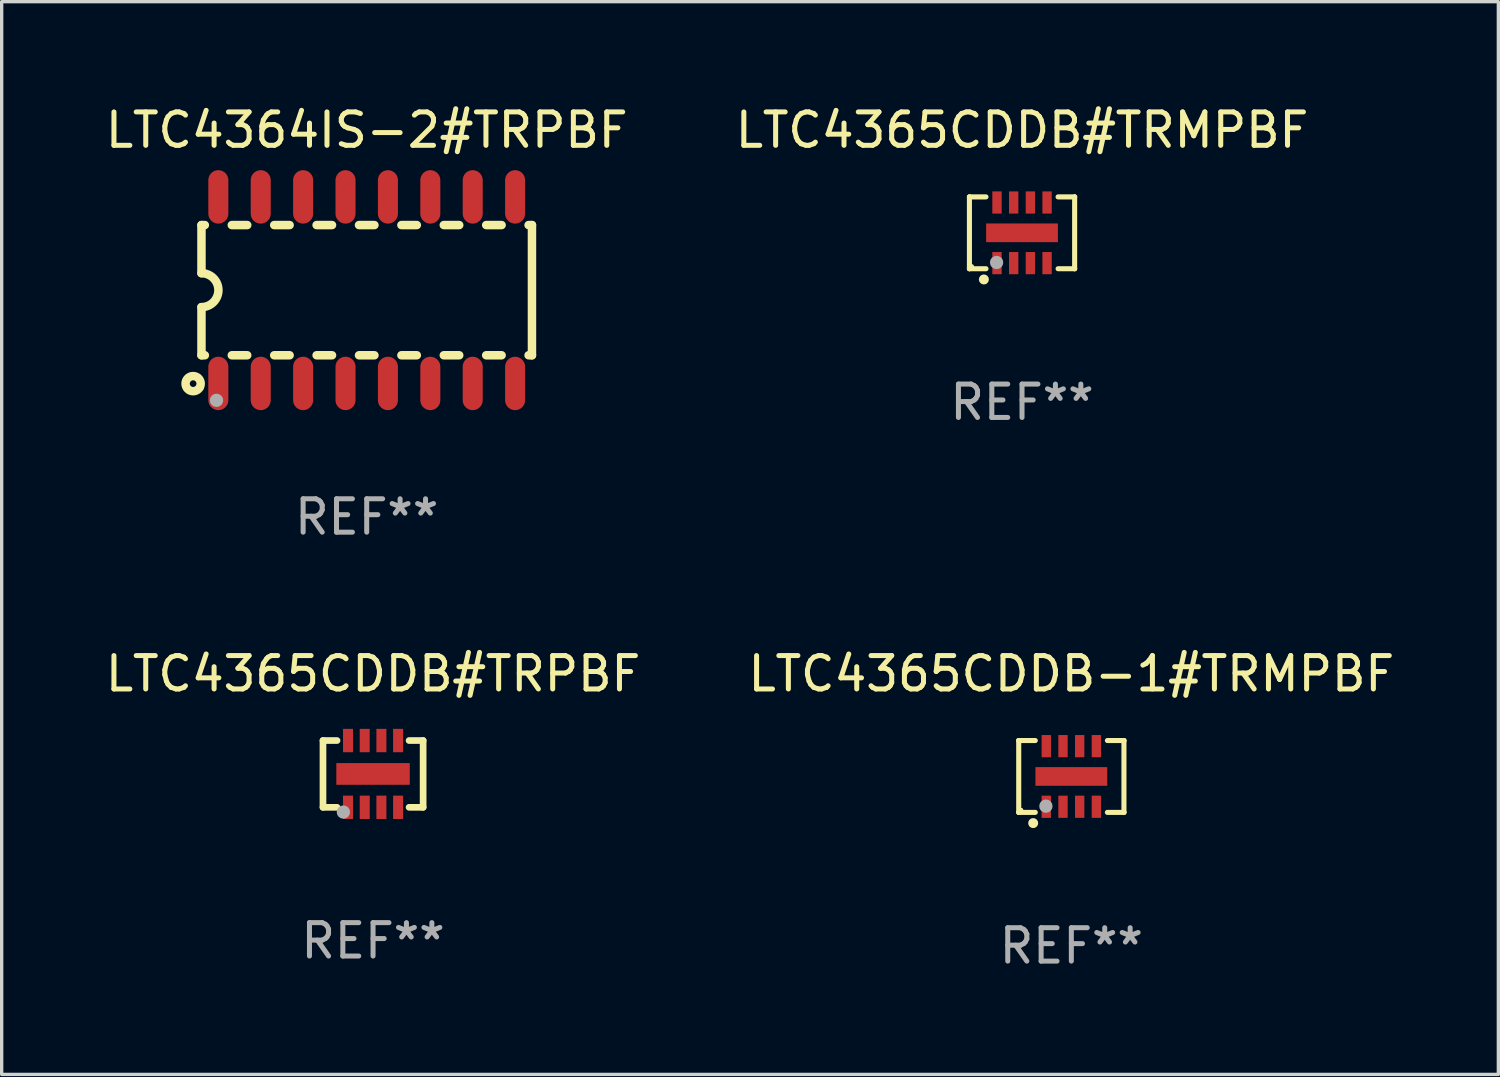
<source format=kicad_pcb>
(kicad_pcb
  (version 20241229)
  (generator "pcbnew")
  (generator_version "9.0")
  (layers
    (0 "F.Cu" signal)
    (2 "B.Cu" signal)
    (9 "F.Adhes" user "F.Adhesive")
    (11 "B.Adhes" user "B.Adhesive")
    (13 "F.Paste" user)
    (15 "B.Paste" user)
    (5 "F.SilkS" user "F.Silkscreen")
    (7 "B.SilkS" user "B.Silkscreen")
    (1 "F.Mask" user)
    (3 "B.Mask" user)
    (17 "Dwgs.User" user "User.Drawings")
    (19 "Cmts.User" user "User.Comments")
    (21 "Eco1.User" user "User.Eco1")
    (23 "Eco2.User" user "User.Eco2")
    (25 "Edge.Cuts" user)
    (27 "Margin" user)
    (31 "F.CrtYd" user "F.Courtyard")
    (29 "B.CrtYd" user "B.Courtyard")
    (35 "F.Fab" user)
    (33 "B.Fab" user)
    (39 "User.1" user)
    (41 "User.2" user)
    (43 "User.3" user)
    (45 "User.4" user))
  (footprint "LTC4365CDDB#TRMPBF"
    (layer "F.Cu")
    (at 27.565 3.924)
    (property "Reference" "LTC4365CDDB#TRMPBF" (at 0 -3.076 0) (layer "F.SilkS") (effects (font (size 1 1) (thickness 0.15))))
    (attr through_hole)
    (fp_line (start -1.576 -1.076) (end -1.576 -1.076) (stroke (width 0.152) (type solid)) (layer "F.SilkS"))
    (fp_line (start -1.576 -1.076) (end -1.08 -1.076) (stroke (width 0.152) (type solid)) (layer "F.SilkS"))
    (fp_line (start -1.576 1.076) (end -1.576 -1.076) (stroke (width 0.152) (type solid)) (layer "F.SilkS"))
    (fp_line (start -1.576 1.076) (end -1.576 1.076) (stroke (width 0.152) (type solid)) (layer "F.SilkS"))
    (fp_line (start -1.08 1.076) (end -1.576 1.076) (stroke (width 0.152) (type solid)) (layer "F.SilkS"))
    (fp_line (start 1.08 1.076) (end 1.576 1.076) (stroke (width 0.152) (type solid)) (layer "F.SilkS"))
    (fp_line (start 1.576 -1.076) (end 1.08 -1.076) (stroke (width 0.152) (type solid)) (layer "F.SilkS"))
    (fp_line (start 1.576 -1.076) (end 1.576 -1.076) (stroke (width 0.152) (type solid)) (layer "F.SilkS"))
    (fp_line (start 1.576 1.076) (end 1.576 -1.076) (stroke (width 0.152) (type solid)) (layer "F.SilkS"))
    (fp_line (start 1.576 1.076) (end 1.576 1.076) (stroke (width 0.152) (type solid)) (layer "F.SilkS"))
    (fp_circle (center -1.5 1) (end -1.47 1) (stroke (width 0.06) (type solid)) (fill no) (layer "F.SilkS"))
    (fp_circle (center -1.143 1.397) (end -1.068 1.397) (stroke (width 0.15) (type solid)) (fill no) (layer "F.SilkS"))
    (fp_circle (center -0.762 0.889) (end -0.662 0.889) (stroke (width 0.2) (type solid)) (fill no) (layer "F.Fab"))
    (fp_text user "REF**" (at 0 5.076 0) (layer "F.Fab") (effects (font (size 1 1) (thickness 0.15))))
    (pad "1" smd rect (at -0.75 0.908) (size 0.28 0.665) (layers "F.Cu" "F.Mask" "F.Paste"))
    (pad "2" smd rect (at -0.25 0.908) (size 0.28 0.665) (layers "F.Cu" "F.Mask" "F.Paste"))
    (pad "3" smd rect (at 0.25 0.908) (size 0.28 0.665) (layers "F.Cu" "F.Mask" "F.Paste"))
    (pad "4" smd rect (at 0.75 0.908) (size 0.28 0.665) (layers "F.Cu" "F.Mask" "F.Paste"))
    (pad "5" smd rect (at 0.75 -0.908) (size 0.28 0.665) (layers "F.Cu" "F.Mask" "F.Paste"))
    (pad "6" smd rect (at 0.25 -0.908) (size 0.28 0.665) (layers "F.Cu" "F.Mask" "F.Paste"))
    (pad "7" smd rect (at -0.25 -0.908) (size 0.28 0.665) (layers "F.Cu" "F.Mask" "F.Paste"))
    (pad "8" smd rect (at -0.75 -0.908) (size 0.28 0.665) (layers "F.Cu" "F.Mask" "F.Paste"))
    (pad "9" smd rect (at 0 0) (size 2.15 0.56) (layers "F.Cu" "F.Mask" "F.Paste")))
  (footprint "LTC4365CDDB-1#TRMPBF"
    (layer "F.Cu")
    (at 29.042 20.209)
    (property "Reference" "LTC4365CDDB-1#TRMPBF" (at 0 -3.076 0) (layer "F.SilkS") (effects (font (size 1 1) (thickness 0.15))))
    (attr through_hole)
    (fp_line (start -1.576 -1.076) (end -1.576 -1.076) (stroke (width 0.152) (type solid)) (layer "F.SilkS"))
    (fp_line (start -1.576 -1.076) (end -1.08 -1.076) (stroke (width 0.152) (type solid)) (layer "F.SilkS"))
    (fp_line (start -1.576 1.076) (end -1.576 -1.076) (stroke (width 0.152) (type solid)) (layer "F.SilkS"))
    (fp_line (start -1.576 1.076) (end -1.576 1.076) (stroke (width 0.152) (type solid)) (layer "F.SilkS"))
    (fp_line (start -1.08 1.076) (end -1.576 1.076) (stroke (width 0.152) (type solid)) (layer "F.SilkS"))
    (fp_line (start 1.08 1.076) (end 1.576 1.076) (stroke (width 0.152) (type solid)) (layer "F.SilkS"))
    (fp_line (start 1.576 -1.076) (end 1.08 -1.076) (stroke (width 0.152) (type solid)) (layer "F.SilkS"))
    (fp_line (start 1.576 -1.076) (end 1.576 -1.076) (stroke (width 0.152) (type solid)) (layer "F.SilkS"))
    (fp_line (start 1.576 1.076) (end 1.576 -1.076) (stroke (width 0.152) (type solid)) (layer "F.SilkS"))
    (fp_line (start 1.576 1.076) (end 1.576 1.076) (stroke (width 0.152) (type solid)) (layer "F.SilkS"))
    (fp_circle (center -1.5 1) (end -1.47 1) (stroke (width 0.06) (type solid)) (fill no) (layer "F.SilkS"))
    (fp_circle (center -1.143 1.397) (end -1.068 1.397) (stroke (width 0.15) (type solid)) (fill no) (layer "F.SilkS"))
    (fp_circle (center -0.762 0.889) (end -0.662 0.889) (stroke (width 0.2) (type solid)) (fill no) (layer "F.Fab"))
    (fp_text user "REF**" (at 0 5.076 0) (layer "F.Fab") (effects (font (size 1 1) (thickness 0.15))))
    (pad "1" smd rect (at -0.75 0.908) (size 0.28 0.665) (layers "F.Cu" "F.Mask" "F.Paste"))
    (pad "2" smd rect (at -0.25 0.908) (size 0.28 0.665) (layers "F.Cu" "F.Mask" "F.Paste"))
    (pad "3" smd rect (at 0.25 0.908) (size 0.28 0.665) (layers "F.Cu" "F.Mask" "F.Paste"))
    (pad "4" smd rect (at 0.75 0.908) (size 0.28 0.665) (layers "F.Cu" "F.Mask" "F.Paste"))
    (pad "5" smd rect (at 0.75 -0.908) (size 0.28 0.665) (layers "F.Cu" "F.Mask" "F.Paste"))
    (pad "6" smd rect (at 0.25 -0.908) (size 0.28 0.665) (layers "F.Cu" "F.Mask" "F.Paste"))
    (pad "7" smd rect (at -0.25 -0.908) (size 0.28 0.665) (layers "F.Cu" "F.Mask" "F.Paste"))
    (pad "8" smd rect (at -0.75 -0.908) (size 0.28 0.665) (layers "F.Cu" "F.Mask" "F.Paste"))
    (pad "9" smd rect (at 0 0) (size 2.15 0.56) (layers "F.Cu" "F.Mask" "F.Paste")))
  (footprint "LTC4364IS-2#TRPBF"
    (layer "F.Cu")
    (at 7.935 5.642)
    (property "Reference" "LTC4364IS-2#TRPBF" (at 0 -4.794 0) (layer "F.SilkS") (effects (font (size 1 1) (thickness 0.15))))
    (attr through_hole)
    (fp_line (start -4.95 -1.95) (end -4.95 -0.508) (stroke (width 0.254) (type solid)) (layer "F.SilkS"))
    (fp_line (start -4.95 -1.95) (end -4.849 -1.95) (stroke (width 0.254) (type solid)) (layer "F.SilkS"))
    (fp_line (start -4.95 1.95) (end -4.95 0.508) (stroke (width 0.254) (type solid)) (layer "F.SilkS"))
    (fp_line (start -4.95 1.95) (end -4.849 1.95) (stroke (width 0.254) (type solid)) (layer "F.SilkS"))
    (fp_line (start -4.041 -1.95) (end -3.579 -1.95) (stroke (width 0.254) (type solid)) (layer "F.SilkS"))
    (fp_line (start -4.041 1.95) (end -3.579 1.95) (stroke (width 0.254) (type solid)) (layer "F.SilkS"))
    (fp_line (start -2.771 -1.95) (end -2.309 -1.95) (stroke (width 0.254) (type solid)) (layer "F.SilkS"))
    (fp_line (start -2.771 1.95) (end -2.309 1.95) (stroke (width 0.254) (type solid)) (layer "F.SilkS"))
    (fp_line (start -1.501 -1.95) (end -1.039 -1.95) (stroke (width 0.254) (type solid)) (layer "F.SilkS"))
    (fp_line (start -1.501 1.95) (end -1.039 1.95) (stroke (width 0.254) (type solid)) (layer "F.SilkS"))
    (fp_line (start -0.231 -1.95) (end 0.231 -1.95) (stroke (width 0.254) (type solid)) (layer "F.SilkS"))
    (fp_line (start -0.231 1.95) (end 0.231 1.95) (stroke (width 0.254) (type solid)) (layer "F.SilkS"))
    (fp_line (start 1.039 -1.95) (end 1.501 -1.95) (stroke (width 0.254) (type solid)) (layer "F.SilkS"))
    (fp_line (start 1.039 1.95) (end 1.501 1.95) (stroke (width 0.254) (type solid)) (layer "F.SilkS"))
    (fp_line (start 2.309 -1.95) (end 2.771 -1.95) (stroke (width 0.254) (type solid)) (layer "F.SilkS"))
    (fp_line (start 2.309 1.95) (end 2.771 1.95) (stroke (width 0.254) (type solid)) (layer "F.SilkS"))
    (fp_line (start 3.579 -1.95) (end 4.041 -1.95) (stroke (width 0.254) (type solid)) (layer "F.SilkS"))
    (fp_line (start 3.579 1.95) (end 4.041 1.95) (stroke (width 0.254) (type solid)) (layer "F.SilkS"))
    (fp_line (start 4.849 -1.95) (end 4.95 -1.95) (stroke (width 0.254) (type solid)) (layer "F.SilkS"))
    (fp_line (start 4.849 1.95) (end 4.95 1.95) (stroke (width 0.254) (type solid)) (layer "F.SilkS"))
    (fp_line (start 4.95 -1.95) (end 4.95 1.95) (stroke (width 0.254) (type solid)) (layer "F.SilkS"))
    (fp_arc (start -4.95047 -0.508001) (mid -4.442469 -0.000228) (end -4.950013 0.508001) (stroke (width 0.254001) (type solid)) (layer "F.SilkS"))
    (fp_circle (center -5.2 2.8) (end -5.1 2.8) (stroke (width 0.254) (type solid)) (fill no) (layer "F.SilkS"))
    (fp_circle (center -4.95 2.947) (end -4.92 2.947) (stroke (width 0.06) (type solid)) (fill no) (layer "F.SilkS"))
    (fp_circle (center -4.5 3.3) (end -4.4 3.3) (stroke (width 0.2) (type solid)) (fill no) (layer "F.Fab"))
    (fp_text user "REF**" (at 0 6.794 0) (layer "F.Fab") (effects (font (size 1 1) (thickness 0.15))))
    (pad "1" smd oval (at -4.445 2.794) (size 0.6 1.6) (layers "F.Cu" "F.Mask" "F.Paste"))
    (pad "2" smd oval (at -3.175 2.794) (size 0.6 1.6) (layers "F.Cu" "F.Mask" "F.Paste"))
    (pad "3" smd oval (at -1.905 2.794) (size 0.6 1.6) (layers "F.Cu" "F.Mask" "F.Paste"))
    (pad "4" smd oval (at -0.635 2.794) (size 0.6 1.6) (layers "F.Cu" "F.Mask" "F.Paste"))
    (pad "5" smd oval (at 0.635 2.794) (size 0.6 1.6) (layers "F.Cu" "F.Mask" "F.Paste"))
    (pad "6" smd oval (at 1.905 2.794) (size 0.6 1.6) (layers "F.Cu" "F.Mask" "F.Paste"))
    (pad "7" smd oval (at 3.175 2.794) (size 0.6 1.6) (layers "F.Cu" "F.Mask" "F.Paste"))
    (pad "8" smd oval (at 4.445 2.794) (size 0.6 1.6) (layers "F.Cu" "F.Mask" "F.Paste"))
    (pad "9" smd oval (at 4.445 -2.794) (size 0.6 1.6) (layers "F.Cu" "F.Mask" "F.Paste"))
    (pad "10" smd oval (at 3.175 -2.794) (size 0.6 1.6) (layers "F.Cu" "F.Mask" "F.Paste"))
    (pad "11" smd oval (at 1.905 -2.794) (size 0.6 1.6) (layers "F.Cu" "F.Mask" "F.Paste"))
    (pad "12" smd oval (at 0.635 -2.794) (size 0.6 1.6) (layers "F.Cu" "F.Mask" "F.Paste"))
    (pad "13" smd oval (at -0.635 -2.794) (size 0.6 1.6) (layers "F.Cu" "F.Mask" "F.Paste"))
    (pad "14" smd oval (at -1.905 -2.794) (size 0.6 1.6) (layers "F.Cu" "F.Mask" "F.Paste"))
    (pad "15" smd oval (at -3.175 -2.794) (size 0.6 1.6) (layers "F.Cu" "F.Mask" "F.Paste"))
    (pad "16" smd oval (at -4.445 -2.794) (size 0.6 1.6) (layers "F.Cu" "F.Mask" "F.Paste")))
  (footprint "LTC4365CDDB#TRPBF"
    (layer "F.Cu")
    (at 8.125 20.133)
    (property "Reference" "LTC4365CDDB#TRPBF" (at 0 -3 0) (layer "F.SilkS") (effects (font (size 1 1) (thickness 0.15))))
    (attr through_hole)
    (fp_line (start -1.5 1) (end -1.5 -1) (stroke (width 0.2) (type solid)) (layer "F.SilkS"))
    (fp_line (start -1.5 1) (end -1.079 1) (stroke (width 0.2) (type solid)) (layer "F.SilkS"))
    (fp_line (start -1.079 -1) (end -1.5 -1) (stroke (width 0.2) (type solid)) (layer "F.SilkS"))
    (fp_line (start 1.079 1) (end 1.5 1) (stroke (width 0.2) (type solid)) (layer "F.SilkS"))
    (fp_line (start 1.5 -1) (end 1.079 -1) (stroke (width 0.2) (type solid)) (layer "F.SilkS"))
    (fp_line (start 1.5 1) (end 1.5 -1) (stroke (width 0.2) (type solid)) (layer "F.SilkS"))
    (fp_circle (center -1.5 1) (end -1.47 1) (stroke (width 0.06) (type solid)) (fill no) (layer "F.SilkS"))
    (fp_circle (center -0.889 1.143) (end -0.789 1.143) (stroke (width 0.2) (type solid)) (fill no) (layer "F.Fab"))
    (fp_text user "REF**" (at 0 5 0) (layer "F.Fab") (effects (font (size 1 1) (thickness 0.15))))
    (pad "1" smd rect (at -0.75 1 90) (size 0.7 0.3) (layers "F.Cu" "F.Mask" "F.Paste"))
    (pad "2" smd rect (at -0.249 1 90) (size 0.7 0.3) (layers "F.Cu" "F.Mask" "F.Paste"))
    (pad "3" smd rect (at 0.25 1 90) (size 0.7 0.3) (layers "F.Cu" "F.Mask" "F.Paste"))
    (pad "4" smd rect (at 0.75 1 90) (size 0.7 0.3) (layers "F.Cu" "F.Mask" "F.Paste"))
    (pad "5" smd rect (at 0.75 -1 90) (size 0.7 0.3) (layers "F.Cu" "F.Mask" "F.Paste"))
    (pad "6" smd rect (at 0.25 -1 90) (size 0.7 0.3) (layers "F.Cu" "F.Mask" "F.Paste"))
    (pad "7" smd rect (at -0.25 -1 90) (size 0.7 0.3) (layers "F.Cu" "F.Mask" "F.Paste"))
    (pad "8" smd rect (at -0.75 -1 90) (size 0.7 0.3) (layers "F.Cu" "F.Mask" "F.Paste"))
    (pad "9" smd rect (at 0 0 180) (size 2.2 0.65) (layers "F.Cu" "F.Mask" "F.Paste")))
  (gr_rect
    (start -3 -3)
    (end 41.833 29.133)
    (stroke (width 0.1) (type default))
    (fill no)
    (layer "Edge.Cuts")))
</source>
